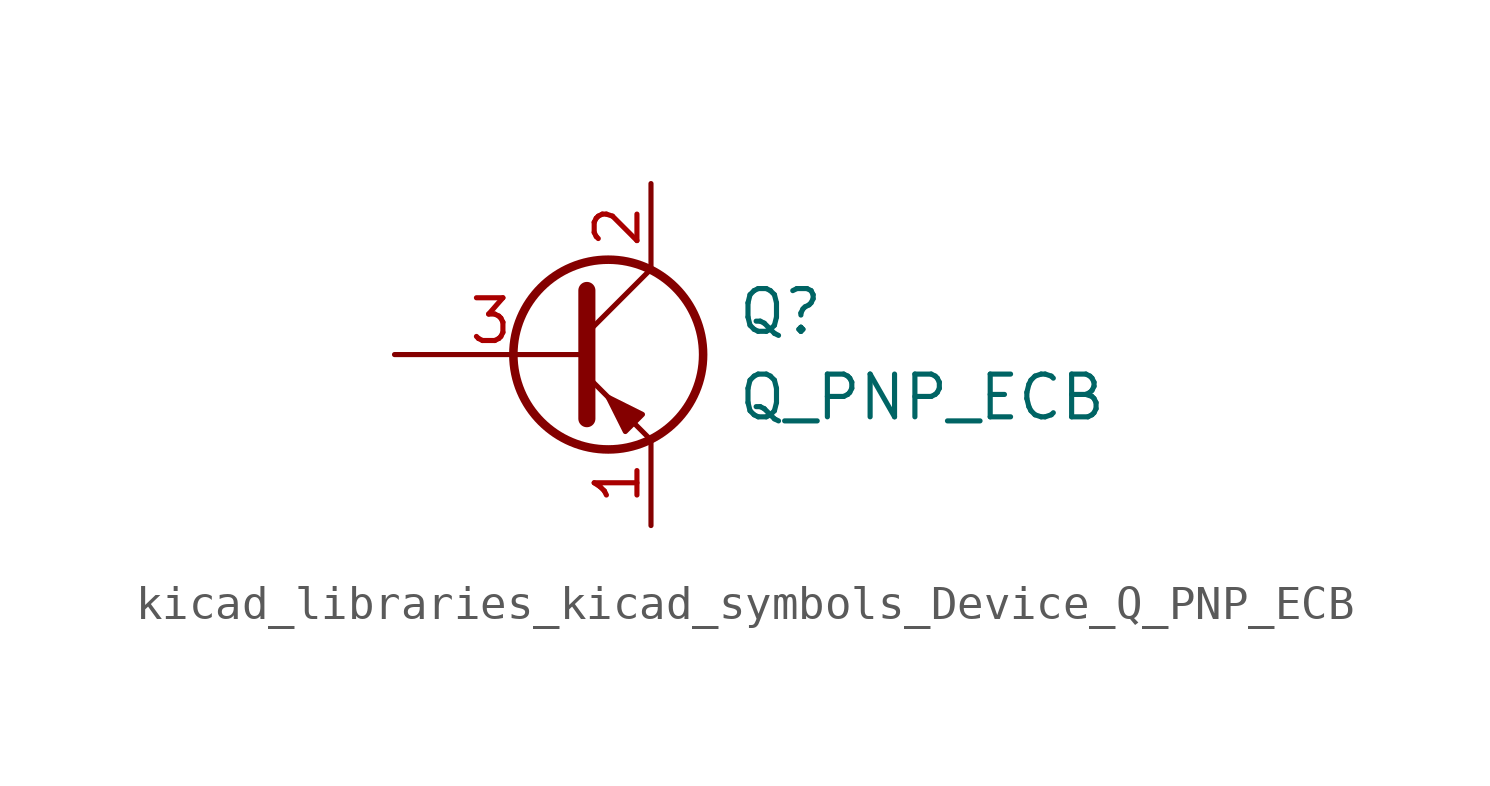
<source format=kicad_sym>
(kicad_symbol_lib
  (version 20220914)
  (generator kicad_symbol_editor)
  (symbol "kicad_libraries_kicad_symbols_Device_Q_PNP_ECB"
    (pin_names
      (offset 0) hide)
    (property "Reference" "Q"
      (at 5.08 1.27 0)
      (effects (font (size 1.27 1.27)) (justify left)))
    (property "Value" "Q_PNP_ECB"
      (at 5.08 -1.27 0)
      (effects (font (size 1.27 1.27)) (justify left)))
    (symbol "kicad_libraries_kicad_symbols_Device_Q_PNP_ECB_0_1"
      (polyline (pts (xy 0.635 0.635) (xy 2.54 2.54)) (stroke (width 0) (type default)) (fill (type none)))
      (polyline (pts (xy 0.635 -0.635) (xy 2.54 -2.54) (xy 2.54 -2.54)) (stroke (width 0) (type default)) (fill (type none)))
      (polyline (pts (xy 0.635 1.905) (xy 0.635 -1.905) (xy 0.635 -1.905)) (stroke (width 0.508) (type default)) (fill (type none)))
      (polyline (pts (xy 2.286 -1.778) (xy 1.778 -2.286) (xy 1.27 -1.27) (xy 2.286 -1.778) (xy 2.286 -1.778)) (stroke (width 0) (type default)) (fill (type outline)))
      (circle (center 1.27 0) (radius 2.819) (stroke (width 0.254) (type default)) (fill (type none))))
    (symbol "kicad_libraries_kicad_symbols_Device_Q_PNP_ECB_1_1"
      (pin passive line (at 2.54 -5.08 90) (length 2.54) (name "E" (effects (font (size 1.27 1.27)))) (number "1" (effects (font (size 1.27 1.27)))))
      (pin passive line (at 2.54 5.08 270) (length 2.54) (name "C" (effects (font (size 1.27 1.27)))) (number "2" (effects (font (size 1.27 1.27)))))
      (pin input line (at -5.08 0 0) (length 5.715) (name "B" (effects (font (size 1.27 1.27)))) (number "3" (effects (font (size 1.27 1.27))))))))
</source>
